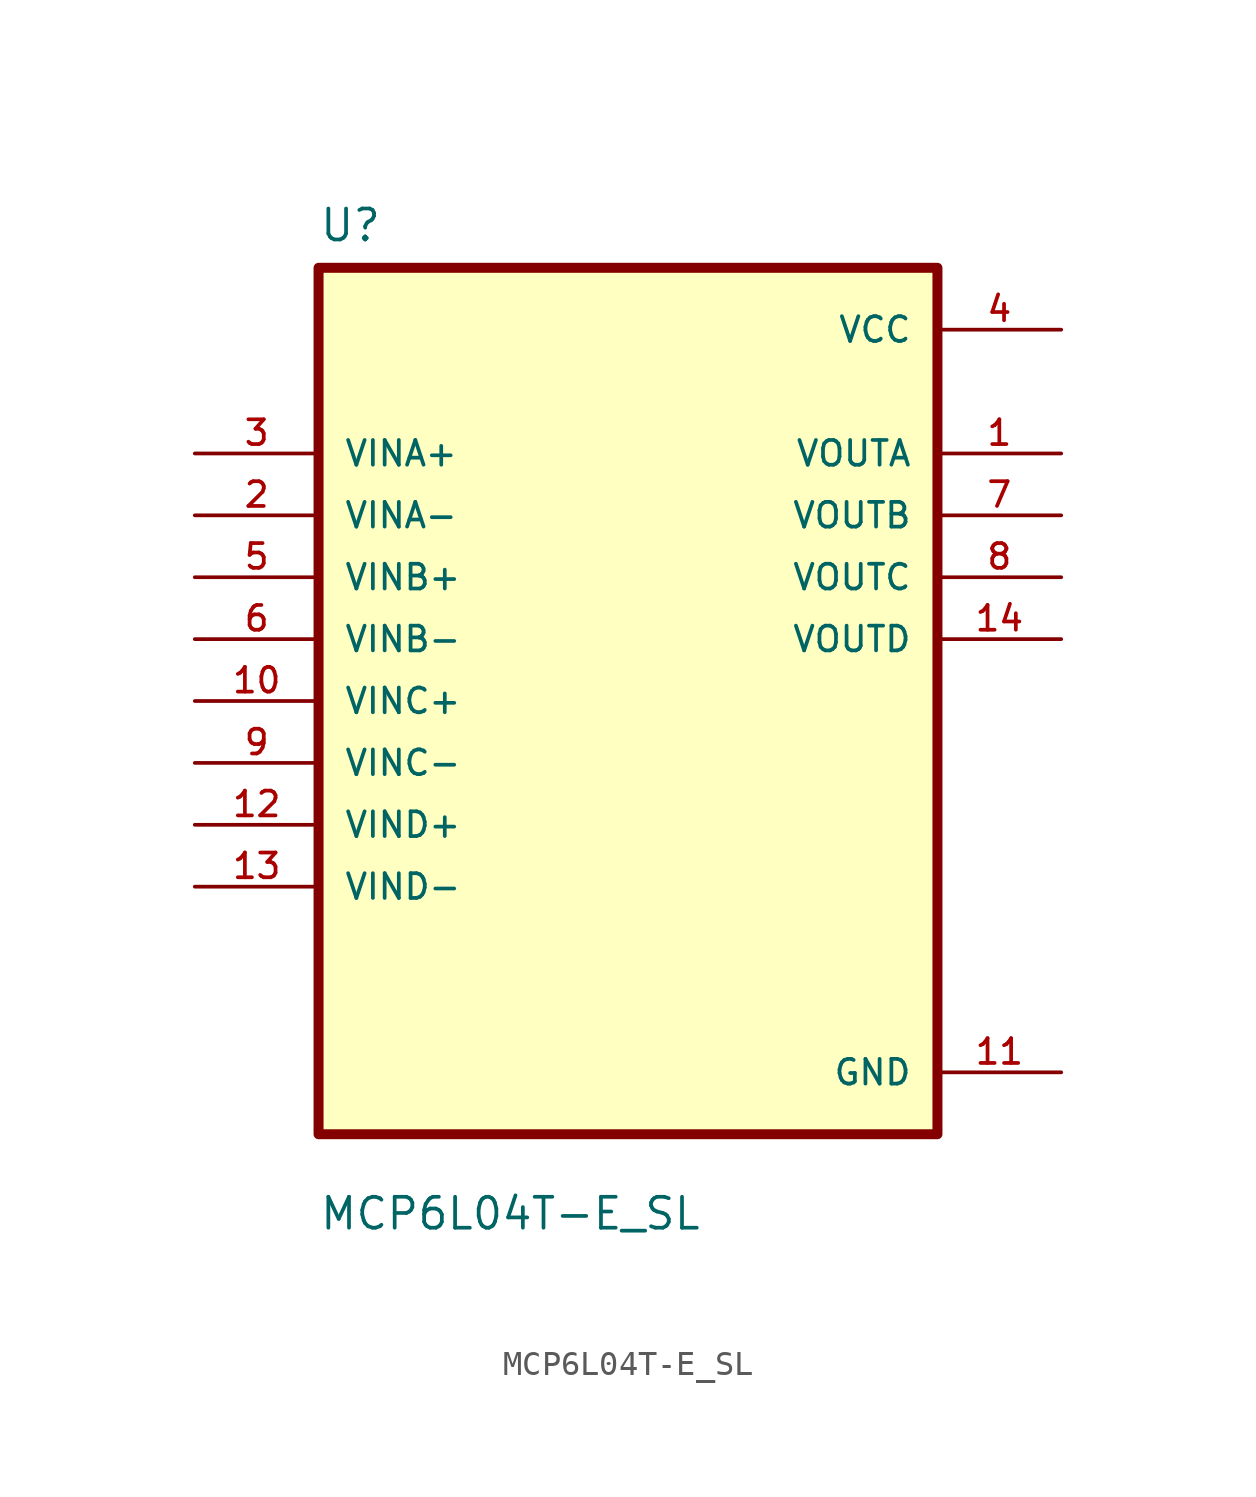
<source format=kicad_sym>
(kicad_symbol_lib
  (version 20211014)
  (generator kicad_symbol_editor)
  (symbol "MCP6L04T-E_SL"
    (pin_names
      (offset 1.016))
    (property "Reference" "U"
      (at -12.7 18.78 0.0)
      (effects (font (size 1.27 1.27)) (justify bottom left)))
    (property "Value" "MCP6L04T-E_SL"
      (at -12.7 -21.78 0.0)
      (effects (font (size 1.27 1.27)) (justify bottom left)))
    (symbol "MCP6L04T-E_SL_0_0"
      (rectangle (start -12.7 -17.78) (end 12.7 17.78) (stroke (width 0.41)) (fill (type background)))
      (pin input line (at -17.78 10.16 0) (length 5.08) (name "VINA+" (effects (font (size 1.016 1.016)))) (number "3" (effects (font (size 1.016 1.016)))))
      (pin input line (at -17.78 7.62 0) (length 5.08) (name "VINA-" (effects (font (size 1.016 1.016)))) (number "2" (effects (font (size 1.016 1.016)))))
      (pin input line (at -17.78 5.08 0) (length 5.08) (name "VINB+" (effects (font (size 1.016 1.016)))) (number "5" (effects (font (size 1.016 1.016)))))
      (pin input line (at -17.78 2.54 0) (length 5.08) (name "VINB-" (effects (font (size 1.016 1.016)))) (number "6" (effects (font (size 1.016 1.016)))))
      (pin input line (at -17.78 0.0 0) (length 5.08) (name "VINC+" (effects (font (size 1.016 1.016)))) (number "10" (effects (font (size 1.016 1.016)))))
      (pin input line (at -17.78 -2.54 0) (length 5.08) (name "VINC-" (effects (font (size 1.016 1.016)))) (number "9" (effects (font (size 1.016 1.016)))))
      (pin input line (at -17.78 -5.08 0) (length 5.08) (name "VIND+" (effects (font (size 1.016 1.016)))) (number "12" (effects (font (size 1.016 1.016)))))
      (pin input line (at -17.78 -7.62 0) (length 5.08) (name "VIND-" (effects (font (size 1.016 1.016)))) (number "13" (effects (font (size 1.016 1.016)))))
      (pin power_in line (at 17.78 15.24 180.0) (length 5.08) (name "VCC" (effects (font (size 1.016 1.016)))) (number "4" (effects (font (size 1.016 1.016)))))
      (pin output line (at 17.78 10.16 180.0) (length 5.08) (name "VOUTA" (effects (font (size 1.016 1.016)))) (number "1" (effects (font (size 1.016 1.016)))))
      (pin output line (at 17.78 7.62 180.0) (length 5.08) (name "VOUTB" (effects (font (size 1.016 1.016)))) (number "7" (effects (font (size 1.016 1.016)))))
      (pin output line (at 17.78 5.08 180.0) (length 5.08) (name "VOUTC" (effects (font (size 1.016 1.016)))) (number "8" (effects (font (size 1.016 1.016)))))
      (pin output line (at 17.78 2.54 180.0) (length 5.08) (name "VOUTD" (effects (font (size 1.016 1.016)))) (number "14" (effects (font (size 1.016 1.016)))))
      (pin power_in line (at 17.78 -15.24 180.0) (length 5.08) (name "GND" (effects (font (size 1.016 1.016)))) (number "11" (effects (font (size 1.016 1.016))))))))
</source>
